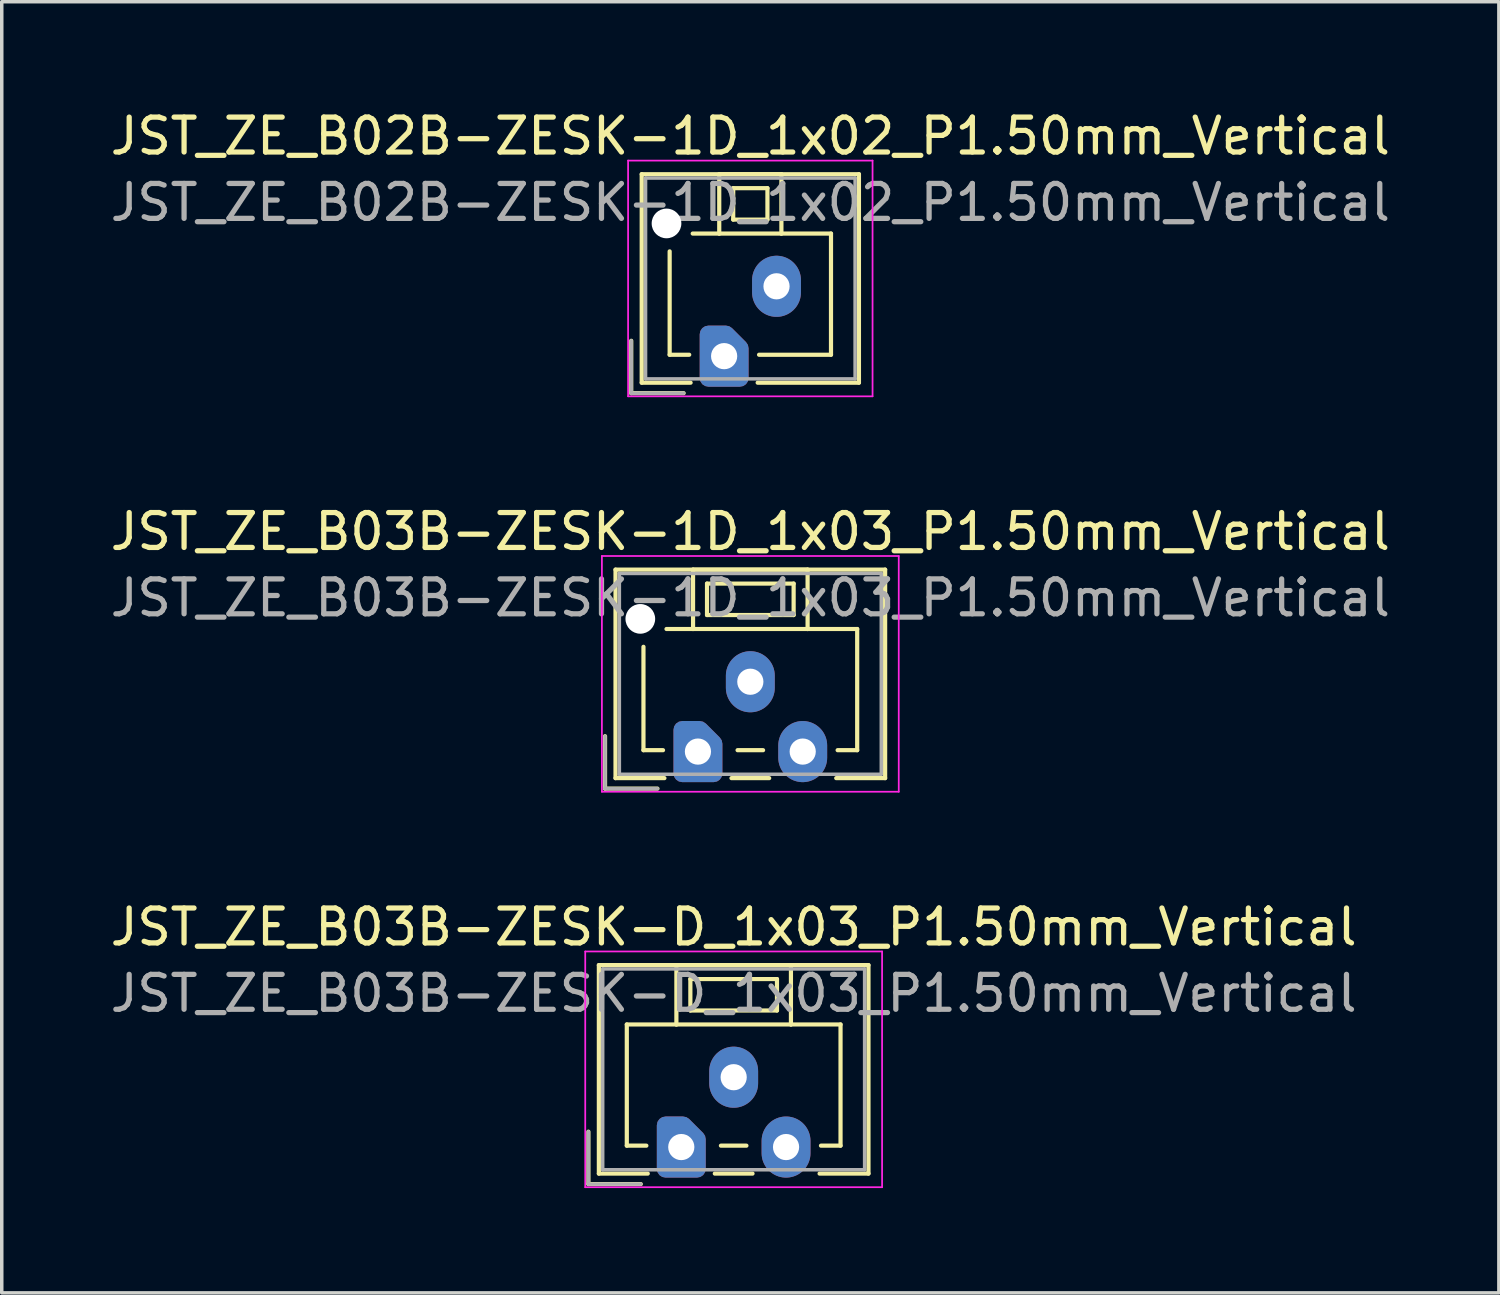
<source format=kicad_pcb>
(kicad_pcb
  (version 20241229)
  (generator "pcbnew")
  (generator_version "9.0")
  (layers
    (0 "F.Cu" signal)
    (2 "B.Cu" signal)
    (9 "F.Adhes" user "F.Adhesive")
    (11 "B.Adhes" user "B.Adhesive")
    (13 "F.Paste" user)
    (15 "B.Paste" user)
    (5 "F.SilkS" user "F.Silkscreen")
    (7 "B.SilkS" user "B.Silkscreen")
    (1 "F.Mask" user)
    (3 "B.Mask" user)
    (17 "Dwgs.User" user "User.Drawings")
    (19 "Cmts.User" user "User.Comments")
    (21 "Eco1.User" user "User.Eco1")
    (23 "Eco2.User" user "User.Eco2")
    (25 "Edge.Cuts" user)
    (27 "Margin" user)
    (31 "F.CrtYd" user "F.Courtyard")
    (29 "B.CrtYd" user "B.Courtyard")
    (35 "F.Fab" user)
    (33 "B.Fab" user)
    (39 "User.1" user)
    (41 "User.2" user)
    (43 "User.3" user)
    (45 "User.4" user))
  (footprint "JST_ZE_B03B-ZESK-D_1x03_P1.50mm_Vertical"
    (layer "F.Cu")
    (at 16.458 29.795)
    (property "Reference" "JST_ZE_B03B-ZESK-D_1x03_P1.50mm_Vertical" (at 1.5 -6.3 0) (layer "F.SilkS") (effects (font (size 1 1) (thickness 0.15))))
    (attr through_hole)
    (fp_line (start -2.66 -0.44) (end -2.66 1.06) (stroke (width 0.12) (type solid)) (layer "F.SilkS"))
    (fp_line (start -2.66 1.06) (end -1.16 1.06) (stroke (width 0.12) (type solid)) (layer "F.SilkS"))
    (fp_line (start -2.36 -5.21) (end 5.36 -5.21) (stroke (width 0.12) (type solid)) (layer "F.SilkS"))
    (fp_line (start -2.36 0.76) (end -2.36 -5.21) (stroke (width 0.12) (type solid)) (layer "F.SilkS"))
    (fp_line (start -1.56 -3.51) (end -1.56 -0.04) (stroke (width 0.12) (type solid)) (layer "F.SilkS"))
    (fp_line (start -1.56 -0.04) (end -1 -0.04) (stroke (width 0.12) (type solid)) (layer "F.SilkS"))
    (fp_line (start -0.96 0.76) (end -2.36 0.76) (stroke (width 0.12) (type solid)) (layer "F.SilkS"))
    (fp_line (start -0.14 -5.21) (end -0.14 -3.51) (stroke (width 0.12) (type solid)) (layer "F.SilkS"))
    (fp_line (start -0.14 -3.51) (end -1.56 -3.51) (stroke (width 0.12) (type solid)) (layer "F.SilkS"))
    (fp_line (start -0.14 -3.51) (end 3.14 -3.51) (stroke (width 0.12) (type solid)) (layer "F.SilkS"))
    (fp_line (start 0.26 -4.81) (end 0.26 -3.91) (stroke (width 0.12) (type solid)) (layer "F.SilkS"))
    (fp_line (start 0.26 -3.91) (end 2.74 -3.91) (stroke (width 0.12) (type solid)) (layer "F.SilkS"))
    (fp_line (start 0.96 0.76) (end 2.04 0.76) (stroke (width 0.12) (type solid)) (layer "F.SilkS"))
    (fp_line (start 1.135 -0.04) (end 1.865 -0.04) (stroke (width 0.12) (type solid)) (layer "F.SilkS"))
    (fp_line (start 2.74 -4.81) (end 0.26 -4.81) (stroke (width 0.12) (type solid)) (layer "F.SilkS"))
    (fp_line (start 2.74 -3.91) (end 2.74 -4.81) (stroke (width 0.12) (type solid)) (layer "F.SilkS"))
    (fp_line (start 3.14 -5.21) (end -0.14 -5.21) (stroke (width 0.12) (type solid)) (layer "F.SilkS"))
    (fp_line (start 3.14 -3.51) (end 3.14 -5.21) (stroke (width 0.12) (type solid)) (layer "F.SilkS"))
    (fp_line (start 3.14 -3.51) (end 4.56 -3.51) (stroke (width 0.12) (type solid)) (layer "F.SilkS"))
    (fp_line (start 4.56 -3.51) (end 4.56 -0.04) (stroke (width 0.12) (type solid)) (layer "F.SilkS"))
    (fp_line (start 4.56 -0.04) (end 4 -0.04) (stroke (width 0.12) (type solid)) (layer "F.SilkS"))
    (fp_line (start 5.36 -5.21) (end 5.36 0.76) (stroke (width 0.12) (type solid)) (layer "F.SilkS"))
    (fp_line (start 5.36 0.76) (end 3.96 0.76) (stroke (width 0.12) (type solid)) (layer "F.SilkS"))
    (fp_line (start -2.75 -5.6) (end -2.75 1.15) (stroke (width 0.05) (type solid)) (layer "F.CrtYd"))
    (fp_line (start -2.75 1.15) (end 5.75 1.15) (stroke (width 0.05) (type solid)) (layer "F.CrtYd"))
    (fp_line (start 5.75 -5.6) (end -2.75 -5.6) (stroke (width 0.05) (type solid)) (layer "F.CrtYd"))
    (fp_line (start 5.75 1.15) (end 5.75 -5.6) (stroke (width 0.05) (type solid)) (layer "F.CrtYd"))
    (fp_line (start -2.66 -0.44) (end -2.66 1.06) (stroke (width 0.1) (type solid)) (layer "F.Fab"))
    (fp_line (start -2.66 1.06) (end -1.16 1.06) (stroke (width 0.1) (type solid)) (layer "F.Fab"))
    (fp_line (start -2.25 -5.1) (end -2.25 0.65) (stroke (width 0.1) (type solid)) (layer "F.Fab"))
    (fp_line (start -2.25 0.65) (end 5.25 0.65) (stroke (width 0.1) (type solid)) (layer "F.Fab"))
    (fp_line (start 5.25 -5.1) (end -2.25 -5.1) (stroke (width 0.1) (type solid)) (layer "F.Fab"))
    (fp_line (start 5.25 0.65) (end 5.25 -5.1) (stroke (width 0.1) (type solid)) (layer "F.Fab"))
    (fp_text user "${REFERENCE}" (at 1.5 -4.4 0) (layer "F.Fab") (effects (font (size 1 1) (thickness 0.15))))
    (pad "1" thru_hole custom (at 0 0) (size 1.117 1.117) (drill 0.75) (layers "*.Cu" "*.Mask") (options (anchor circle)) (primitives (gr_poly (pts (xy 0.45 -0.225) (xy 0.45 0.625) (xy -0.45 0.625) (xy -0.45 -0.625) (xy 0.05 -0.625)) (width 0.5) (fill yes))))
    (pad "2" thru_hole oval (at 1.5 -2) (size 1.4 1.75) (drill 0.75) (layers "*.Cu" "*.Mask"))
    (pad "3" thru_hole oval (at 3 0) (size 1.4 1.75) (drill 0.75) (layers "*.Cu" "*.Mask")))
  (footprint "JST_ZE_B02B-ZESK-1D_1x02_P1.50mm_Vertical"
    (layer "F.Cu")
    (at 17.685 7.148)
    (property "Reference" "JST_ZE_B02B-ZESK-1D_1x02_P1.50mm_Vertical" (at 0.75 -6.3 0) (layer "F.SilkS") (effects (font (size 1 1) (thickness 0.15))))
    (attr through_hole)
    (fp_line (start -2.66 -0.44) (end -2.66 1.06) (stroke (width 0.12) (type solid)) (layer "F.SilkS"))
    (fp_line (start -2.66 1.06) (end -1.16 1.06) (stroke (width 0.12) (type solid)) (layer "F.SilkS"))
    (fp_line (start -2.36 -5.21) (end 3.86 -5.21) (stroke (width 0.12) (type solid)) (layer "F.SilkS"))
    (fp_line (start -2.36 0.76) (end -2.36 -5.21) (stroke (width 0.12) (type solid)) (layer "F.SilkS"))
    (fp_line (start -1.56 -3) (end -1.56 -0.04) (stroke (width 0.12) (type solid)) (layer "F.SilkS"))
    (fp_line (start -1.56 -0.04) (end -1 -0.04) (stroke (width 0.12) (type solid)) (layer "F.SilkS"))
    (fp_line (start -0.96 0.76) (end -2.36 0.76) (stroke (width 0.12) (type solid)) (layer "F.SilkS"))
    (fp_line (start -0.14 -5.21) (end -0.14 -3.51) (stroke (width 0.12) (type solid)) (layer "F.SilkS"))
    (fp_line (start -0.14 -3.51) (end -0.9 -3.51) (stroke (width 0.12) (type solid)) (layer "F.SilkS"))
    (fp_line (start -0.14 -3.51) (end 1.64 -3.51) (stroke (width 0.12) (type solid)) (layer "F.SilkS"))
    (fp_line (start 0.26 -4.81) (end 0.26 -3.91) (stroke (width 0.12) (type solid)) (layer "F.SilkS"))
    (fp_line (start 0.26 -3.91) (end 1.24 -3.91) (stroke (width 0.12) (type solid)) (layer "F.SilkS"))
    (fp_line (start 1.24 -4.81) (end 0.26 -4.81) (stroke (width 0.12) (type solid)) (layer "F.SilkS"))
    (fp_line (start 1.24 -3.91) (end 1.24 -4.81) (stroke (width 0.12) (type solid)) (layer "F.SilkS"))
    (fp_line (start 1.64 -5.21) (end -0.14 -5.21) (stroke (width 0.12) (type solid)) (layer "F.SilkS"))
    (fp_line (start 1.64 -3.51) (end 1.64 -5.21) (stroke (width 0.12) (type solid)) (layer "F.SilkS"))
    (fp_line (start 1.64 -3.51) (end 3.06 -3.51) (stroke (width 0.12) (type solid)) (layer "F.SilkS"))
    (fp_line (start 3.06 -3.51) (end 3.06 -0.04) (stroke (width 0.12) (type solid)) (layer "F.SilkS"))
    (fp_line (start 3.06 -0.04) (end 1 -0.04) (stroke (width 0.12) (type solid)) (layer "F.SilkS"))
    (fp_line (start 3.86 -5.21) (end 3.86 0.76) (stroke (width 0.12) (type solid)) (layer "F.SilkS"))
    (fp_line (start 3.86 0.76) (end 0.96 0.76) (stroke (width 0.12) (type solid)) (layer "F.SilkS"))
    (fp_line (start -2.75 -5.6) (end -2.75 1.15) (stroke (width 0.05) (type solid)) (layer "F.CrtYd"))
    (fp_line (start -2.75 1.15) (end 4.25 1.15) (stroke (width 0.05) (type solid)) (layer "F.CrtYd"))
    (fp_line (start 4.25 -5.6) (end -2.75 -5.6) (stroke (width 0.05) (type solid)) (layer "F.CrtYd"))
    (fp_line (start 4.25 1.15) (end 4.25 -5.6) (stroke (width 0.05) (type solid)) (layer "F.CrtYd"))
    (fp_line (start -2.66 -0.44) (end -2.66 1.06) (stroke (width 0.1) (type solid)) (layer "F.Fab"))
    (fp_line (start -2.66 1.06) (end -1.16 1.06) (stroke (width 0.1) (type solid)) (layer "F.Fab"))
    (fp_line (start -2.25 -5.1) (end -2.25 0.65) (stroke (width 0.1) (type solid)) (layer "F.Fab"))
    (fp_line (start -2.25 0.65) (end 3.75 0.65) (stroke (width 0.1) (type solid)) (layer "F.Fab"))
    (fp_line (start 3.75 -5.1) (end -2.25 -5.1) (stroke (width 0.1) (type solid)) (layer "F.Fab"))
    (fp_line (start 3.75 0.65) (end 3.75 -5.1) (stroke (width 0.1) (type solid)) (layer "F.Fab"))
    (fp_text user "${REFERENCE}" (at 0.75 -4.4 0) (layer "F.Fab") (effects (font (size 1 1) (thickness 0.15))))
    (pad "" np_thru_hole circle (at -1.65 -3.8) (size 0.85 0.85) (drill 0.85) (layers "*.Cu" "*.Mask"))
    (pad "1" thru_hole custom (at 0 0) (size 1.117 1.117) (drill 0.75) (layers "*.Cu" "*.Mask") (options (anchor circle)) (primitives (gr_poly (pts (xy 0.45 -0.225) (xy 0.45 0.625) (xy -0.45 0.625) (xy -0.45 -0.625) (xy 0.05 -0.625)) (width 0.5) (fill yes))))
    (pad "2" thru_hole oval (at 1.5 -2) (size 1.4 1.75) (drill 0.75) (layers "*.Cu" "*.Mask")))
  (footprint "JST_ZE_B03B-ZESK-1D_1x03_P1.50mm_Vertical"
    (layer "F.Cu")
    (at 16.935 18.471)
    (property "Reference" "JST_ZE_B03B-ZESK-1D_1x03_P1.50mm_Vertical" (at 1.5 -6.3 0) (layer "F.SilkS") (effects (font (size 1 1) (thickness 0.15))))
    (attr through_hole)
    (fp_line (start -2.66 -0.44) (end -2.66 1.06) (stroke (width 0.12) (type solid)) (layer "F.SilkS"))
    (fp_line (start -2.66 1.06) (end -1.16 1.06) (stroke (width 0.12) (type solid)) (layer "F.SilkS"))
    (fp_line (start -2.36 -5.21) (end 5.36 -5.21) (stroke (width 0.12) (type solid)) (layer "F.SilkS"))
    (fp_line (start -2.36 0.76) (end -2.36 -5.21) (stroke (width 0.12) (type solid)) (layer "F.SilkS"))
    (fp_line (start -1.56 -3) (end -1.56 -0.04) (stroke (width 0.12) (type solid)) (layer "F.SilkS"))
    (fp_line (start -1.56 -0.04) (end -1 -0.04) (stroke (width 0.12) (type solid)) (layer "F.SilkS"))
    (fp_line (start -0.96 0.76) (end -2.36 0.76) (stroke (width 0.12) (type solid)) (layer "F.SilkS"))
    (fp_line (start -0.14 -5.21) (end -0.14 -3.51) (stroke (width 0.12) (type solid)) (layer "F.SilkS"))
    (fp_line (start -0.14 -3.51) (end -0.9 -3.51) (stroke (width 0.12) (type solid)) (layer "F.SilkS"))
    (fp_line (start -0.14 -3.51) (end 3.14 -3.51) (stroke (width 0.12) (type solid)) (layer "F.SilkS"))
    (fp_line (start 0.26 -4.81) (end 0.26 -3.91) (stroke (width 0.12) (type solid)) (layer "F.SilkS"))
    (fp_line (start 0.26 -3.91) (end 2.74 -3.91) (stroke (width 0.12) (type solid)) (layer "F.SilkS"))
    (fp_line (start 0.96 0.76) (end 2.04 0.76) (stroke (width 0.12) (type solid)) (layer "F.SilkS"))
    (fp_line (start 1.135 -0.04) (end 1.865 -0.04) (stroke (width 0.12) (type solid)) (layer "F.SilkS"))
    (fp_line (start 2.74 -4.81) (end 0.26 -4.81) (stroke (width 0.12) (type solid)) (layer "F.SilkS"))
    (fp_line (start 2.74 -3.91) (end 2.74 -4.81) (stroke (width 0.12) (type solid)) (layer "F.SilkS"))
    (fp_line (start 3.14 -5.21) (end -0.14 -5.21) (stroke (width 0.12) (type solid)) (layer "F.SilkS"))
    (fp_line (start 3.14 -3.51) (end 3.14 -5.21) (stroke (width 0.12) (type solid)) (layer "F.SilkS"))
    (fp_line (start 3.14 -3.51) (end 4.56 -3.51) (stroke (width 0.12) (type solid)) (layer "F.SilkS"))
    (fp_line (start 4.56 -3.51) (end 4.56 -0.04) (stroke (width 0.12) (type solid)) (layer "F.SilkS"))
    (fp_line (start 4.56 -0.04) (end 4 -0.04) (stroke (width 0.12) (type solid)) (layer "F.SilkS"))
    (fp_line (start 5.36 -5.21) (end 5.36 0.76) (stroke (width 0.12) (type solid)) (layer "F.SilkS"))
    (fp_line (start 5.36 0.76) (end 3.96 0.76) (stroke (width 0.12) (type solid)) (layer "F.SilkS"))
    (fp_line (start -2.75 -5.6) (end -2.75 1.15) (stroke (width 0.05) (type solid)) (layer "F.CrtYd"))
    (fp_line (start -2.75 1.15) (end 5.75 1.15) (stroke (width 0.05) (type solid)) (layer "F.CrtYd"))
    (fp_line (start 5.75 -5.6) (end -2.75 -5.6) (stroke (width 0.05) (type solid)) (layer "F.CrtYd"))
    (fp_line (start 5.75 1.15) (end 5.75 -5.6) (stroke (width 0.05) (type solid)) (layer "F.CrtYd"))
    (fp_line (start -2.66 -0.44) (end -2.66 1.06) (stroke (width 0.1) (type solid)) (layer "F.Fab"))
    (fp_line (start -2.66 1.06) (end -1.16 1.06) (stroke (width 0.1) (type solid)) (layer "F.Fab"))
    (fp_line (start -2.25 -5.1) (end -2.25 0.65) (stroke (width 0.1) (type solid)) (layer "F.Fab"))
    (fp_line (start -2.25 0.65) (end 5.25 0.65) (stroke (width 0.1) (type solid)) (layer "F.Fab"))
    (fp_line (start 5.25 -5.1) (end -2.25 -5.1) (stroke (width 0.1) (type solid)) (layer "F.Fab"))
    (fp_line (start 5.25 0.65) (end 5.25 -5.1) (stroke (width 0.1) (type solid)) (layer "F.Fab"))
    (fp_text user "${REFERENCE}" (at 1.5 -4.4 0) (layer "F.Fab") (effects (font (size 1 1) (thickness 0.15))))
    (pad "" np_thru_hole circle (at -1.65 -3.8) (size 0.85 0.85) (drill 0.85) (layers "*.Cu" "*.Mask"))
    (pad "1" thru_hole custom (at 0 0) (size 1.117 1.117) (drill 0.75) (layers "*.Cu" "*.Mask") (options (anchor circle)) (primitives (gr_poly (pts (xy 0.45 -0.225) (xy 0.45 0.625) (xy -0.45 0.625) (xy -0.45 -0.625) (xy 0.05 -0.625)) (width 0.5) (fill yes))))
    (pad "2" thru_hole oval (at 1.5 -2) (size 1.4 1.75) (drill 0.75) (layers "*.Cu" "*.Mask"))
    (pad "3" thru_hole oval (at 3 0) (size 1.4 1.75) (drill 0.75) (layers "*.Cu" "*.Mask")))
  (gr_rect
    (start -3 -3)
    (end 39.869 33.97)
    (stroke (width 0.1) (type default))
    (fill no)
    (layer "Edge.Cuts")))
</source>
